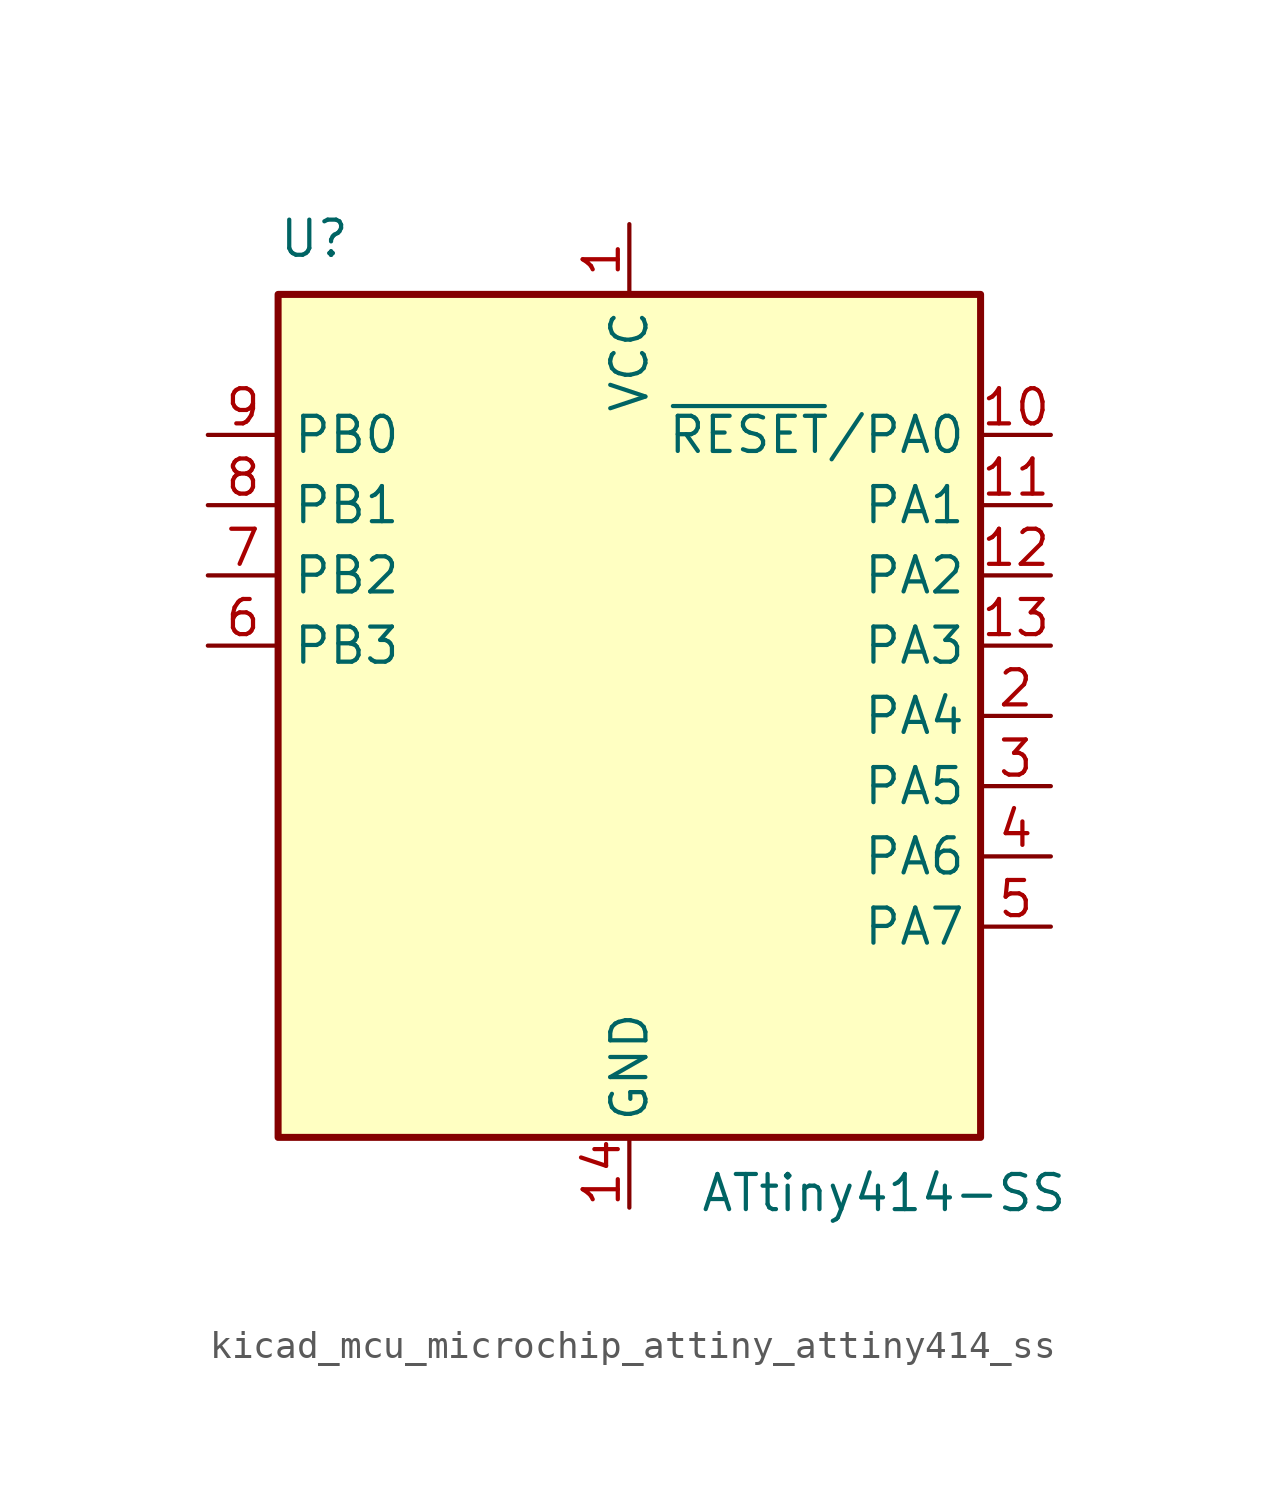
<source format=kicad_sym>
(kicad_symbol_lib
  (version 20220914)
  (generator kicad_symbol_editor)
  (symbol "kicad_mcu_microchip_attiny_attiny414_ss"
    (property "Reference" "U"
      (at -12.7 16.51 0)
      (effects (font (size 1.27 1.27)) (justify left bottom)))
    (property "Value" "ATtiny414-SS"
      (at 2.54 -16.51 0)
      (effects (font (size 1.27 1.27)) (justify left top)))
    (symbol "kicad_mcu_microchip_attiny_attiny414_ss_0_1"
      (rectangle (start -12.7 -15.24) (end 12.7 15.24) (stroke (width 0.254) (type default)) (fill (type background))))
    (symbol "kicad_mcu_microchip_attiny_attiny414_ss_1_1"
      (pin power_in line (at 0 17.78 270) (length 2.54) (name "VCC" (effects (font (size 1.27 1.27)))) (number "1" (effects (font (size 1.27 1.27)))))
      (pin bidirectional line (at 15.24 10.16 180) (length 2.54) (name "~{RESET}/PA0" (effects (font (size 1.27 1.27)))) (number "10" (effects (font (size 1.27 1.27)))))
      (pin bidirectional line (at 15.24 7.62 180) (length 2.54) (name "PA1" (effects (font (size 1.27 1.27)))) (number "11" (effects (font (size 1.27 1.27)))))
      (pin bidirectional line (at 15.24 5.08 180) (length 2.54) (name "PA2" (effects (font (size 1.27 1.27)))) (number "12" (effects (font (size 1.27 1.27)))))
      (pin bidirectional line (at 15.24 2.54 180) (length 2.54) (name "PA3" (effects (font (size 1.27 1.27)))) (number "13" (effects (font (size 1.27 1.27)))))
      (pin power_in line (at 0 -17.78 90) (length 2.54) (name "GND" (effects (font (size 1.27 1.27)))) (number "14" (effects (font (size 1.27 1.27)))))
      (pin bidirectional line (at 15.24 0 180) (length 2.54) (name "PA4" (effects (font (size 1.27 1.27)))) (number "2" (effects (font (size 1.27 1.27)))))
      (pin bidirectional line (at 15.24 -2.54 180) (length 2.54) (name "PA5" (effects (font (size 1.27 1.27)))) (number "3" (effects (font (size 1.27 1.27)))))
      (pin bidirectional line (at 15.24 -5.08 180) (length 2.54) (name "PA6" (effects (font (size 1.27 1.27)))) (number "4" (effects (font (size 1.27 1.27)))))
      (pin bidirectional line (at 15.24 -7.62 180) (length 2.54) (name "PA7" (effects (font (size 1.27 1.27)))) (number "5" (effects (font (size 1.27 1.27)))))
      (pin bidirectional line (at -15.24 2.54 0) (length 2.54) (name "PB3" (effects (font (size 1.27 1.27)))) (number "6" (effects (font (size 1.27 1.27)))))
      (pin bidirectional line (at -15.24 5.08 0) (length 2.54) (name "PB2" (effects (font (size 1.27 1.27)))) (number "7" (effects (font (size 1.27 1.27)))))
      (pin bidirectional line (at -15.24 7.62 0) (length 2.54) (name "PB1" (effects (font (size 1.27 1.27)))) (number "8" (effects (font (size 1.27 1.27)))))
      (pin bidirectional line (at -15.24 10.16 0) (length 2.54) (name "PB0" (effects (font (size 1.27 1.27)))) (number "9" (effects (font (size 1.27 1.27))))))))
</source>
